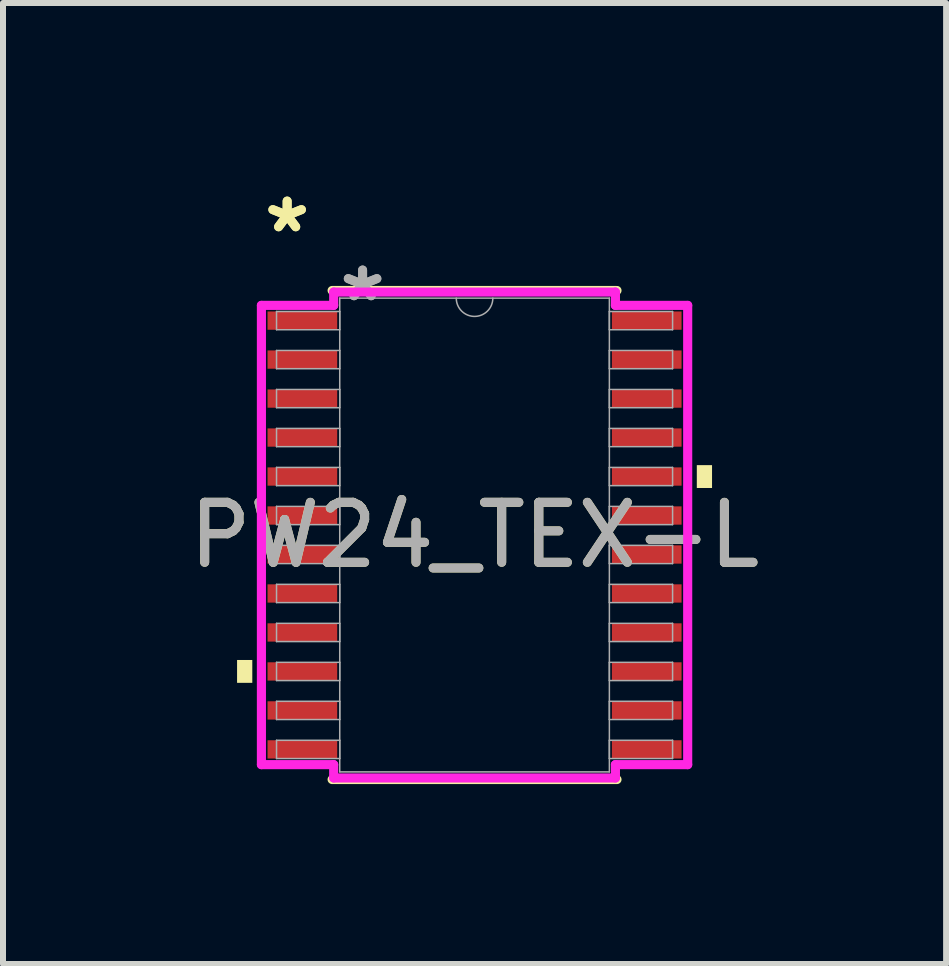
<source format=kicad_pcb>
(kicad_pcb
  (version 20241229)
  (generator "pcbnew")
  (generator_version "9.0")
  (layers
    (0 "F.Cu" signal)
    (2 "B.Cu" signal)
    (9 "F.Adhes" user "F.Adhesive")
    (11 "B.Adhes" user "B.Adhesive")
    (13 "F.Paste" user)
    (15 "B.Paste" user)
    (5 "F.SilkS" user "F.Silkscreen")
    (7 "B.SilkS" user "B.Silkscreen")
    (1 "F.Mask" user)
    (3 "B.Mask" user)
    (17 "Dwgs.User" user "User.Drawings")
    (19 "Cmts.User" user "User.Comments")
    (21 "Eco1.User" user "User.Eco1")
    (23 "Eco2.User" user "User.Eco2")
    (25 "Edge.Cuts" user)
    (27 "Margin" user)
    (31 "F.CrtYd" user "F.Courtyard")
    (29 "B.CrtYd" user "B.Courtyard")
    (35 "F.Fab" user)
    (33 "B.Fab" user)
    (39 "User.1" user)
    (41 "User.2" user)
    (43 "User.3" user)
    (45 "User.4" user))
  (footprint "PW24_TEX-L"
    (layer "F.Cu")
    (at 4.863 5.871)
    (property "Reference" "PW24_TEX-L" (at 0 0 0) (unlocked yes) (layer "F.SilkS") (effects (font (size 1 1) (thickness 0.15))))
    (attr smd)
    (fp_line (start -2.375 4.077) (end 2.375 4.077) (stroke (width 0.152) (type solid)) (layer "F.SilkS"))
    (fp_line (start 2.375 -4.077) (end -2.375 -4.077) (stroke (width 0.152) (type solid)) (layer "F.SilkS"))
    (fp_poly (pts (xy -3.96 2.084) (xy -3.96 2.465) (xy -3.706 2.465) (xy -3.706 2.084)) (stroke (width 0) (type solid)) (fill yes) (layer "F.SilkS"))
    (fp_poly (pts (xy 3.96 -1.165) (xy 3.96 -0.784) (xy 3.706 -0.784) (xy 3.706 -1.165)) (stroke (width 0) (type solid)) (fill yes) (layer "F.SilkS"))
    (fp_line (start -3.554 -3.829) (end -2.349 -3.829) (stroke (width 0.152) (type solid)) (layer "F.CrtYd"))
    (fp_line (start -3.554 3.829) (end -3.554 -3.829) (stroke (width 0.152) (type solid)) (layer "F.CrtYd"))
    (fp_line (start -3.554 3.829) (end -2.349 3.829) (stroke (width 0.152) (type solid)) (layer "F.CrtYd"))
    (fp_line (start -2.349 -4.051) (end 2.349 -4.051) (stroke (width 0.152) (type solid)) (layer "F.CrtYd"))
    (fp_line (start -2.349 -3.829) (end -2.349 -4.051) (stroke (width 0.152) (type solid)) (layer "F.CrtYd"))
    (fp_line (start -2.349 4.051) (end -2.349 3.829) (stroke (width 0.152) (type solid)) (layer "F.CrtYd"))
    (fp_line (start 2.349 -4.051) (end 2.349 -3.829) (stroke (width 0.152) (type solid)) (layer "F.CrtYd"))
    (fp_line (start 2.349 3.829) (end 2.349 4.051) (stroke (width 0.152) (type solid)) (layer "F.CrtYd"))
    (fp_line (start 2.349 4.051) (end -2.349 4.051) (stroke (width 0.152) (type solid)) (layer "F.CrtYd"))
    (fp_line (start 3.554 -3.829) (end 2.349 -3.829) (stroke (width 0.152) (type solid)) (layer "F.CrtYd"))
    (fp_line (start 3.554 -3.829) (end 3.554 3.829) (stroke (width 0.152) (type solid)) (layer "F.CrtYd"))
    (fp_line (start 3.554 3.829) (end 2.349 3.829) (stroke (width 0.152) (type solid)) (layer "F.CrtYd"))
    (fp_line (start -3.302 -3.727) (end -3.302 -3.423) (stroke (width 0.025) (type solid)) (layer "F.Fab"))
    (fp_line (start -3.302 -3.423) (end -2.248 -3.423) (stroke (width 0.025) (type solid)) (layer "F.Fab"))
    (fp_line (start -3.302 -3.077) (end -3.302 -2.773) (stroke (width 0.025) (type solid)) (layer "F.Fab"))
    (fp_line (start -3.302 -2.773) (end -2.248 -2.773) (stroke (width 0.025) (type solid)) (layer "F.Fab"))
    (fp_line (start -3.302 -2.427) (end -3.302 -2.123) (stroke (width 0.025) (type solid)) (layer "F.Fab"))
    (fp_line (start -3.302 -2.123) (end -2.248 -2.123) (stroke (width 0.025) (type solid)) (layer "F.Fab"))
    (fp_line (start -3.302 -1.777) (end -3.302 -1.473) (stroke (width 0.025) (type solid)) (layer "F.Fab"))
    (fp_line (start -3.302 -1.473) (end -2.248 -1.473) (stroke (width 0.025) (type solid)) (layer "F.Fab"))
    (fp_line (start -3.302 -1.127) (end -3.302 -0.823) (stroke (width 0.025) (type solid)) (layer "F.Fab"))
    (fp_line (start -3.302 -0.823) (end -2.248 -0.823) (stroke (width 0.025) (type solid)) (layer "F.Fab"))
    (fp_line (start -3.302 -0.477) (end -3.302 -0.173) (stroke (width 0.025) (type solid)) (layer "F.Fab"))
    (fp_line (start -3.302 -0.173) (end -2.248 -0.173) (stroke (width 0.025) (type solid)) (layer "F.Fab"))
    (fp_line (start -3.302 0.173) (end -3.302 0.477) (stroke (width 0.025) (type solid)) (layer "F.Fab"))
    (fp_line (start -3.302 0.477) (end -2.248 0.477) (stroke (width 0.025) (type solid)) (layer "F.Fab"))
    (fp_line (start -3.302 0.823) (end -3.302 1.127) (stroke (width 0.025) (type solid)) (layer "F.Fab"))
    (fp_line (start -3.302 1.127) (end -2.248 1.127) (stroke (width 0.025) (type solid)) (layer "F.Fab"))
    (fp_line (start -3.302 1.473) (end -3.302 1.777) (stroke (width 0.025) (type solid)) (layer "F.Fab"))
    (fp_line (start -3.302 1.777) (end -2.248 1.777) (stroke (width 0.025) (type solid)) (layer "F.Fab"))
    (fp_line (start -3.302 2.123) (end -3.302 2.427) (stroke (width 0.025) (type solid)) (layer "F.Fab"))
    (fp_line (start -3.302 2.427) (end -2.248 2.427) (stroke (width 0.025) (type solid)) (layer "F.Fab"))
    (fp_line (start -3.302 2.773) (end -3.302 3.077) (stroke (width 0.025) (type solid)) (layer "F.Fab"))
    (fp_line (start -3.302 3.077) (end -2.248 3.077) (stroke (width 0.025) (type solid)) (layer "F.Fab"))
    (fp_line (start -3.302 3.423) (end -3.302 3.727) (stroke (width 0.025) (type solid)) (layer "F.Fab"))
    (fp_line (start -3.302 3.727) (end -2.248 3.727) (stroke (width 0.025) (type solid)) (layer "F.Fab"))
    (fp_line (start -2.248 -3.95) (end -2.248 3.95) (stroke (width 0.025) (type solid)) (layer "F.Fab"))
    (fp_line (start -2.248 -3.727) (end -3.302 -3.727) (stroke (width 0.025) (type solid)) (layer "F.Fab"))
    (fp_line (start -2.248 -3.423) (end -2.248 -3.727) (stroke (width 0.025) (type solid)) (layer "F.Fab"))
    (fp_line (start -2.248 -3.077) (end -3.302 -3.077) (stroke (width 0.025) (type solid)) (layer "F.Fab"))
    (fp_line (start -2.248 -2.773) (end -2.248 -3.077) (stroke (width 0.025) (type solid)) (layer "F.Fab"))
    (fp_line (start -2.248 -2.427) (end -3.302 -2.427) (stroke (width 0.025) (type solid)) (layer "F.Fab"))
    (fp_line (start -2.248 -2.123) (end -2.248 -2.427) (stroke (width 0.025) (type solid)) (layer "F.Fab"))
    (fp_line (start -2.248 -1.777) (end -3.302 -1.777) (stroke (width 0.025) (type solid)) (layer "F.Fab"))
    (fp_line (start -2.248 -1.473) (end -2.248 -1.777) (stroke (width 0.025) (type solid)) (layer "F.Fab"))
    (fp_line (start -2.248 -1.127) (end -3.302 -1.127) (stroke (width 0.025) (type solid)) (layer "F.Fab"))
    (fp_line (start -2.248 -0.823) (end -2.248 -1.127) (stroke (width 0.025) (type solid)) (layer "F.Fab"))
    (fp_line (start -2.248 -0.477) (end -3.302 -0.477) (stroke (width 0.025) (type solid)) (layer "F.Fab"))
    (fp_line (start -2.248 -0.173) (end -2.248 -0.477) (stroke (width 0.025) (type solid)) (layer "F.Fab"))
    (fp_line (start -2.248 0.173) (end -3.302 0.173) (stroke (width 0.025) (type solid)) (layer "F.Fab"))
    (fp_line (start -2.248 0.477) (end -2.248 0.173) (stroke (width 0.025) (type solid)) (layer "F.Fab"))
    (fp_line (start -2.248 0.823) (end -3.302 0.823) (stroke (width 0.025) (type solid)) (layer "F.Fab"))
    (fp_line (start -2.248 1.127) (end -2.248 0.823) (stroke (width 0.025) (type solid)) (layer "F.Fab"))
    (fp_line (start -2.248 1.473) (end -3.302 1.473) (stroke (width 0.025) (type solid)) (layer "F.Fab"))
    (fp_line (start -2.248 1.777) (end -2.248 1.473) (stroke (width 0.025) (type solid)) (layer "F.Fab"))
    (fp_line (start -2.248 2.123) (end -3.302 2.123) (stroke (width 0.025) (type solid)) (layer "F.Fab"))
    (fp_line (start -2.248 2.427) (end -2.248 2.123) (stroke (width 0.025) (type solid)) (layer "F.Fab"))
    (fp_line (start -2.248 2.773) (end -3.302 2.773) (stroke (width 0.025) (type solid)) (layer "F.Fab"))
    (fp_line (start -2.248 3.077) (end -2.248 2.773) (stroke (width 0.025) (type solid)) (layer "F.Fab"))
    (fp_line (start -2.248 3.423) (end -3.302 3.423) (stroke (width 0.025) (type solid)) (layer "F.Fab"))
    (fp_line (start -2.248 3.727) (end -2.248 3.423) (stroke (width 0.025) (type solid)) (layer "F.Fab"))
    (fp_line (start -2.248 3.95) (end 2.248 3.95) (stroke (width 0.025) (type solid)) (layer "F.Fab"))
    (fp_line (start 2.248 -3.95) (end -2.248 -3.95) (stroke (width 0.025) (type solid)) (layer "F.Fab"))
    (fp_line (start 2.248 -3.727) (end 2.248 -3.423) (stroke (width 0.025) (type solid)) (layer "F.Fab"))
    (fp_line (start 2.248 -3.423) (end 3.302 -3.423) (stroke (width 0.025) (type solid)) (layer "F.Fab"))
    (fp_line (start 2.248 -3.077) (end 2.248 -2.773) (stroke (width 0.025) (type solid)) (layer "F.Fab"))
    (fp_line (start 2.248 -2.773) (end 3.302 -2.773) (stroke (width 0.025) (type solid)) (layer "F.Fab"))
    (fp_line (start 2.248 -2.427) (end 2.248 -2.123) (stroke (width 0.025) (type solid)) (layer "F.Fab"))
    (fp_line (start 2.248 -2.123) (end 3.302 -2.123) (stroke (width 0.025) (type solid)) (layer "F.Fab"))
    (fp_line (start 2.248 -1.777) (end 2.248 -1.473) (stroke (width 0.025) (type solid)) (layer "F.Fab"))
    (fp_line (start 2.248 -1.473) (end 3.302 -1.473) (stroke (width 0.025) (type solid)) (layer "F.Fab"))
    (fp_line (start 2.248 -1.127) (end 2.248 -0.823) (stroke (width 0.025) (type solid)) (layer "F.Fab"))
    (fp_line (start 2.248 -0.823) (end 3.302 -0.823) (stroke (width 0.025) (type solid)) (layer "F.Fab"))
    (fp_line (start 2.248 -0.477) (end 2.248 -0.173) (stroke (width 0.025) (type solid)) (layer "F.Fab"))
    (fp_line (start 2.248 -0.173) (end 3.302 -0.173) (stroke (width 0.025) (type solid)) (layer "F.Fab"))
    (fp_line (start 2.248 0.173) (end 2.248 0.477) (stroke (width 0.025) (type solid)) (layer "F.Fab"))
    (fp_line (start 2.248 0.477) (end 3.302 0.477) (stroke (width 0.025) (type solid)) (layer "F.Fab"))
    (fp_line (start 2.248 0.823) (end 2.248 1.127) (stroke (width 0.025) (type solid)) (layer "F.Fab"))
    (fp_line (start 2.248 1.127) (end 3.302 1.127) (stroke (width 0.025) (type solid)) (layer "F.Fab"))
    (fp_line (start 2.248 1.473) (end 2.248 1.777) (stroke (width 0.025) (type solid)) (layer "F.Fab"))
    (fp_line (start 2.248 1.777) (end 3.302 1.777) (stroke (width 0.025) (type solid)) (layer "F.Fab"))
    (fp_line (start 2.248 2.123) (end 2.248 2.427) (stroke (width 0.025) (type solid)) (layer "F.Fab"))
    (fp_line (start 2.248 2.427) (end 3.302 2.427) (stroke (width 0.025) (type solid)) (layer "F.Fab"))
    (fp_line (start 2.248 2.773) (end 2.248 3.077) (stroke (width 0.025) (type solid)) (layer "F.Fab"))
    (fp_line (start 2.248 3.077) (end 3.302 3.077) (stroke (width 0.025) (type solid)) (layer "F.Fab"))
    (fp_line (start 2.248 3.423) (end 2.248 3.727) (stroke (width 0.025) (type solid)) (layer "F.Fab"))
    (fp_line (start 2.248 3.727) (end 3.302 3.727) (stroke (width 0.025) (type solid)) (layer "F.Fab"))
    (fp_line (start 2.248 3.95) (end 2.248 -3.95) (stroke (width 0.025) (type solid)) (layer "F.Fab"))
    (fp_line (start 3.302 -3.727) (end 2.248 -3.727) (stroke (width 0.025) (type solid)) (layer "F.Fab"))
    (fp_line (start 3.302 -3.423) (end 3.302 -3.727) (stroke (width 0.025) (type solid)) (layer "F.Fab"))
    (fp_line (start 3.302 -3.077) (end 2.248 -3.077) (stroke (width 0.025) (type solid)) (layer "F.Fab"))
    (fp_line (start 3.302 -2.773) (end 3.302 -3.077) (stroke (width 0.025) (type solid)) (layer "F.Fab"))
    (fp_line (start 3.302 -2.427) (end 2.248 -2.427) (stroke (width 0.025) (type solid)) (layer "F.Fab"))
    (fp_line (start 3.302 -2.123) (end 3.302 -2.427) (stroke (width 0.025) (type solid)) (layer "F.Fab"))
    (fp_line (start 3.302 -1.777) (end 2.248 -1.777) (stroke (width 0.025) (type solid)) (layer "F.Fab"))
    (fp_line (start 3.302 -1.473) (end 3.302 -1.777) (stroke (width 0.025) (type solid)) (layer "F.Fab"))
    (fp_line (start 3.302 -1.127) (end 2.248 -1.127) (stroke (width 0.025) (type solid)) (layer "F.Fab"))
    (fp_line (start 3.302 -0.823) (end 3.302 -1.127) (stroke (width 0.025) (type solid)) (layer "F.Fab"))
    (fp_line (start 3.302 -0.477) (end 2.248 -0.477) (stroke (width 0.025) (type solid)) (layer "F.Fab"))
    (fp_line (start 3.302 -0.173) (end 3.302 -0.477) (stroke (width 0.025) (type solid)) (layer "F.Fab"))
    (fp_line (start 3.302 0.173) (end 2.248 0.173) (stroke (width 0.025) (type solid)) (layer "F.Fab"))
    (fp_line (start 3.302 0.477) (end 3.302 0.173) (stroke (width 0.025) (type solid)) (layer "F.Fab"))
    (fp_line (start 3.302 0.823) (end 2.248 0.823) (stroke (width 0.025) (type solid)) (layer "F.Fab"))
    (fp_line (start 3.302 1.127) (end 3.302 0.823) (stroke (width 0.025) (type solid)) (layer "F.Fab"))
    (fp_line (start 3.302 1.473) (end 2.248 1.473) (stroke (width 0.025) (type solid)) (layer "F.Fab"))
    (fp_line (start 3.302 1.777) (end 3.302 1.473) (stroke (width 0.025) (type solid)) (layer "F.Fab"))
    (fp_line (start 3.302 2.123) (end 2.248 2.123) (stroke (width 0.025) (type solid)) (layer "F.Fab"))
    (fp_line (start 3.302 2.427) (end 3.302 2.123) (stroke (width 0.025) (type solid)) (layer "F.Fab"))
    (fp_line (start 3.302 2.773) (end 2.248 2.773) (stroke (width 0.025) (type solid)) (layer "F.Fab"))
    (fp_line (start 3.302 3.077) (end 3.302 2.773) (stroke (width 0.025) (type solid)) (layer "F.Fab"))
    (fp_line (start 3.302 3.423) (end 2.248 3.423) (stroke (width 0.025) (type solid)) (layer "F.Fab"))
    (fp_line (start 3.302 3.727) (end 3.302 3.423) (stroke (width 0.025) (type solid)) (layer "F.Fab"))
    (fp_arc (start 0.3048 -3.9497) (mid 0 -3.6449) (end -0.3048 -3.9497) (stroke (width 0.0254) (type solid)) (layer "F.Fab"))
    (fp_text user "*" (at -3.125 -5.023 0) (unlocked yes) (layer "F.SilkS") (effects (font (size 1 1) (thickness 0.15))))
    (fp_text user "*" (at -3.125 -5.023 0) (layer "F.SilkS") (effects (font (size 1 1) (thickness 0.15))))
    (fp_text user "*" (at -1.867 -3.873 0) (layer "F.Fab") (effects (font (size 1 1) (thickness 0.15))))
    (fp_text user "*" (at -1.867 -3.873 0) (unlocked yes) (layer "F.Fab") (effects (font (size 1 1) (thickness 0.15))))
    (fp_text user "${REFERENCE}" (at 0 0 0) (unlocked yes) (layer "F.Fab") (effects (font (size 1 1) (thickness 0.15))))
    (pad "1" smd rect (at -2.871 -3.575) (size 1.162 0.305) (layers "F.Cu" "F.Mask" "F.Paste"))
    (pad "2" smd rect (at -2.871 -2.925) (size 1.162 0.305) (layers "F.Cu" "F.Mask" "F.Paste"))
    (pad "3" smd rect (at -2.871 -2.275) (size 1.162 0.305) (layers "F.Cu" "F.Mask" "F.Paste"))
    (pad "4" smd rect (at -2.871 -1.625) (size 1.162 0.305) (layers "F.Cu" "F.Mask" "F.Paste"))
    (pad "5" smd rect (at -2.871 -0.975) (size 1.162 0.305) (layers "F.Cu" "F.Mask" "F.Paste"))
    (pad "6" smd rect (at -2.871 -0.325) (size 1.162 0.305) (layers "F.Cu" "F.Mask" "F.Paste"))
    (pad "7" smd rect (at -2.871 0.325) (size 1.162 0.305) (layers "F.Cu" "F.Mask" "F.Paste"))
    (pad "8" smd rect (at -2.871 0.975) (size 1.162 0.305) (layers "F.Cu" "F.Mask" "F.Paste"))
    (pad "9" smd rect (at -2.871 1.625) (size 1.162 0.305) (layers "F.Cu" "F.Mask" "F.Paste"))
    (pad "10" smd rect (at -2.871 2.275) (size 1.162 0.305) (layers "F.Cu" "F.Mask" "F.Paste"))
    (pad "11" smd rect (at -2.871 2.925) (size 1.162 0.305) (layers "F.Cu" "F.Mask" "F.Paste"))
    (pad "12" smd rect (at -2.871 3.575) (size 1.162 0.305) (layers "F.Cu" "F.Mask" "F.Paste"))
    (pad "13" smd rect (at 2.871 3.575) (size 1.162 0.305) (layers "F.Cu" "F.Mask" "F.Paste"))
    (pad "14" smd rect (at 2.871 2.925) (size 1.162 0.305) (layers "F.Cu" "F.Mask" "F.Paste"))
    (pad "15" smd rect (at 2.871 2.275) (size 1.162 0.305) (layers "F.Cu" "F.Mask" "F.Paste"))
    (pad "16" smd rect (at 2.871 1.625) (size 1.162 0.305) (layers "F.Cu" "F.Mask" "F.Paste"))
    (pad "17" smd rect (at 2.871 0.975) (size 1.162 0.305) (layers "F.Cu" "F.Mask" "F.Paste"))
    (pad "18" smd rect (at 2.871 0.325) (size 1.162 0.305) (layers "F.Cu" "F.Mask" "F.Paste"))
    (pad "19" smd rect (at 2.871 -0.325) (size 1.162 0.305) (layers "F.Cu" "F.Mask" "F.Paste"))
    (pad "20" smd rect (at 2.871 -0.975) (size 1.162 0.305) (layers "F.Cu" "F.Mask" "F.Paste"))
    (pad "21" smd rect (at 2.871 -1.625) (size 1.162 0.305) (layers "F.Cu" "F.Mask" "F.Paste"))
    (pad "22" smd rect (at 2.871 -2.275) (size 1.162 0.305) (layers "F.Cu" "F.Mask" "F.Paste"))
    (pad "23" smd rect (at 2.871 -2.925) (size 1.162 0.305) (layers "F.Cu" "F.Mask" "F.Paste"))
    (pad "24" smd rect (at 2.871 -3.575) (size 1.162 0.305) (layers "F.Cu" "F.Mask" "F.Paste")))
  (gr_rect
    (start -3 -3)
    (end 12.726 13.024)
    (stroke (width 0.1) (type default))
    (fill no)
    (layer "Edge.Cuts")))
</source>
